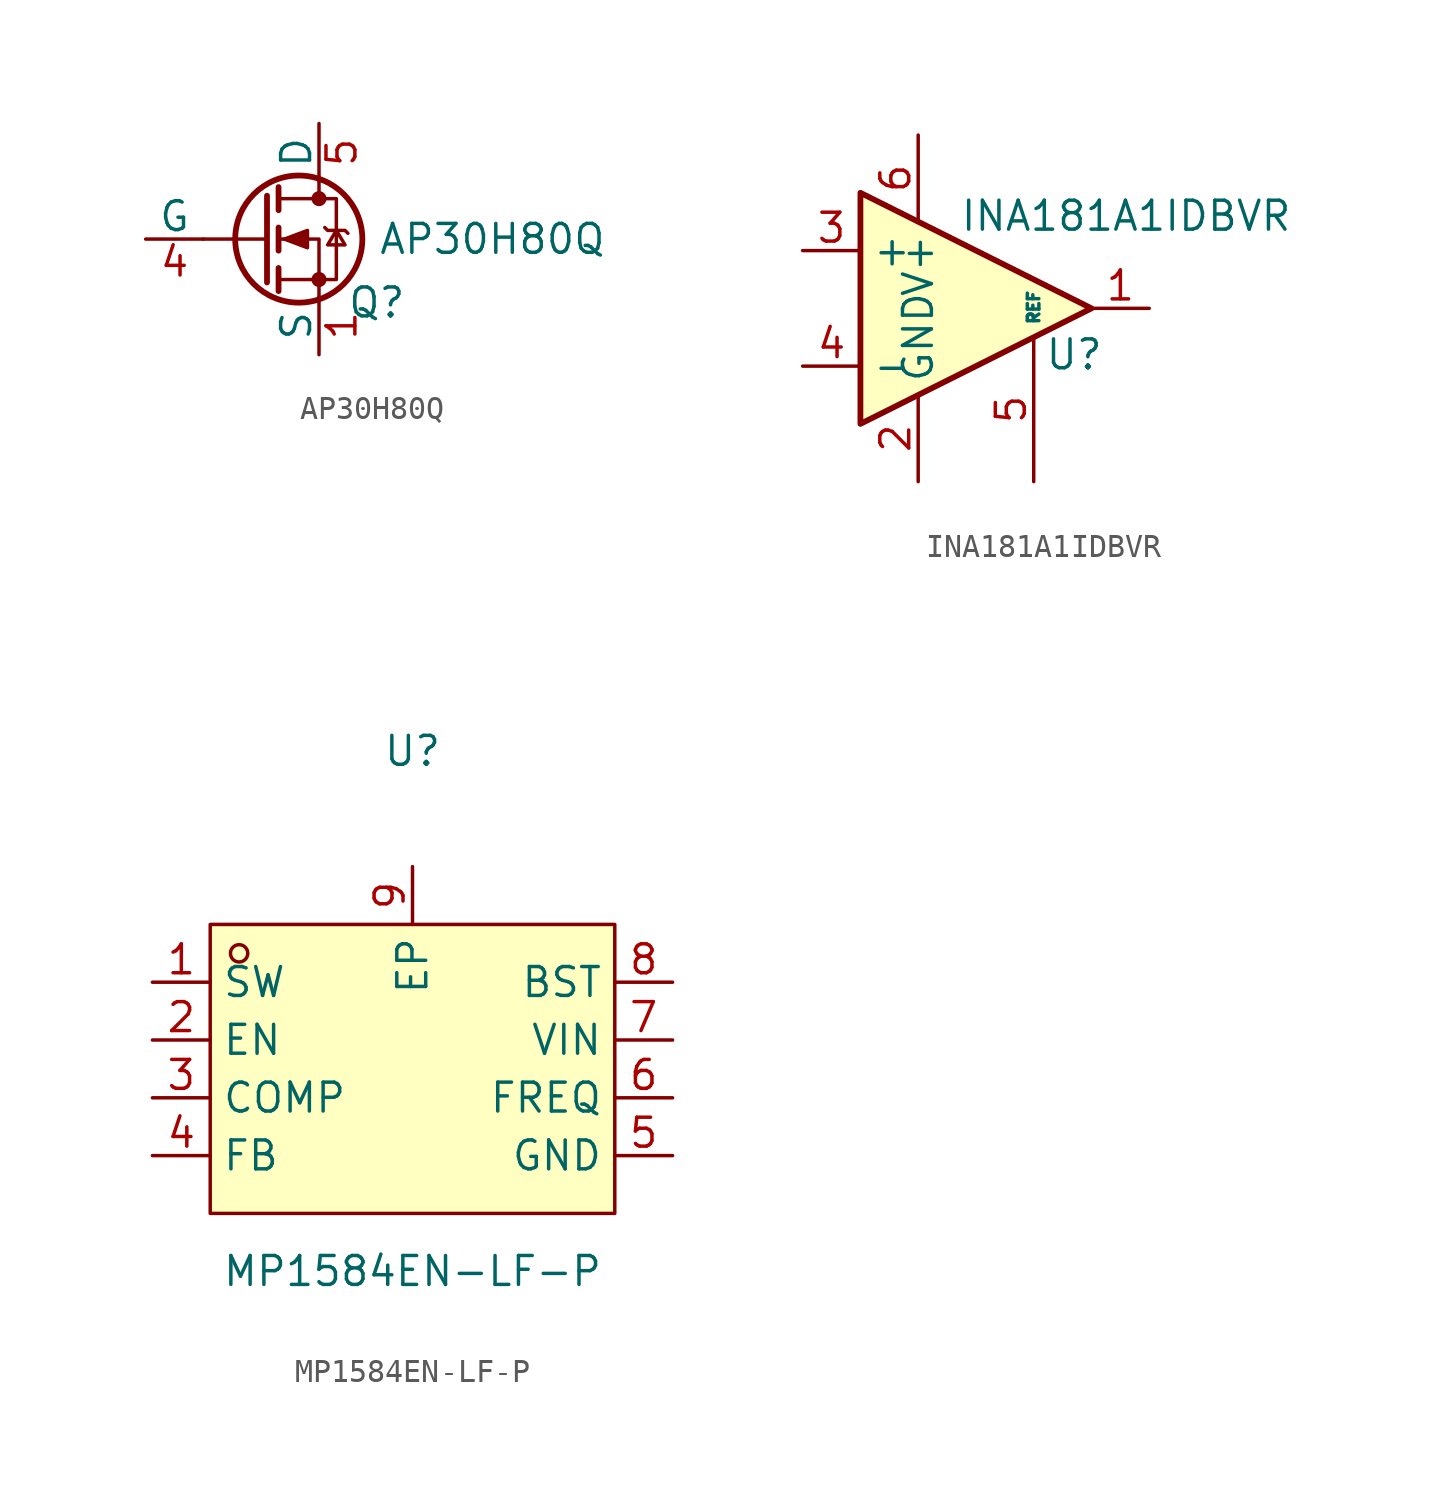
<source format=kicad_sym>
(kicad_symbol_lib
  (version 20231120)
  (generator "kicad_symbol_editor")
  (generator_version "8.0")
  (symbol "AP30H80Q"
    (pin_names
      (offset 0))
    (property "Reference" "Q"
      (at 2.54 -2.794 0)
      (effects (font (size 1.27 1.27))))
    (property "Value" "AP30H80Q"
      (at 7.62 0 0)
      (effects (font (size 1.27 1.27))))
    (symbol "AP30H80Q_0_1"
      (circle (center -0.889 0) (radius 2.794) (stroke (width 0.254) (type default)) (fill (type none)))
      (circle (center 0 -1.778) (radius 0.254) (stroke (width 0) (type default)) (fill (type outline)))
      (polyline (pts (xy -2.286 0) (xy -5.08 0)) (stroke (width 0) (type default)) (fill (type none)))
      (polyline (pts (xy -2.286 1.905) (xy -2.286 -1.905)) (stroke (width 0.254) (type default)) (fill (type none)))
      (polyline (pts (xy -1.778 -1.27) (xy -1.778 -2.286)) (stroke (width 0.254) (type default)) (fill (type none)))
      (polyline (pts (xy -1.778 0.508) (xy -1.778 -0.508)) (stroke (width 0.254) (type default)) (fill (type none)))
      (polyline (pts (xy -1.778 2.286) (xy -1.778 1.27)) (stroke (width 0.254) (type default)) (fill (type none)))
      (polyline (pts (xy 0 2.54) (xy 0 1.778)) (stroke (width 0) (type default)) (fill (type none)))
      (polyline (pts (xy 0 -2.54) (xy 0 0) (xy -1.778 0)) (stroke (width 0) (type default)) (fill (type none)))
      (polyline (pts (xy -1.778 -1.778) (xy 0.762 -1.778) (xy 0.762 1.778) (xy -1.778 1.778)) (stroke (width 0) (type default)) (fill (type none)))
      (polyline (pts (xy -1.524 0) (xy -0.508 0.381) (xy -0.508 -0.381) (xy -1.524 0)) (stroke (width 0) (type default)) (fill (type outline)))
      (polyline (pts (xy 0.254 0.508) (xy 0.381 0.381) (xy 1.143 0.381) (xy 1.27 0.254)) (stroke (width 0) (type default)) (fill (type none)))
      (polyline (pts (xy 0.762 0.381) (xy 0.381 -0.254) (xy 1.143 -0.254) (xy 0.762 0.381)) (stroke (width 0) (type default)) (fill (type none)))
      (circle (center 0 1.778) (radius 0.254) (stroke (width 0) (type default)) (fill (type outline))))
    (symbol "AP30H80Q_1_1"
      (pin passive line (at 0 -5.08 90) (length 2.54) (name "S" (effects (font (size 1.27 1.27)))) (number "1" (effects (font (size 1.27 1.27)))))
      (pin passive line (at 0 -5.08 90) (length 2.54) hide (name "S" (effects (font (size 1.27 1.27)))) (number "2" (effects (font (size 1.27 1.27)))))
      (pin passive line (at 0 -5.08 90) (length 2.54) hide (name "S" (effects (font (size 1.27 1.27)))) (number "3" (effects (font (size 1.27 1.27)))))
      (pin input line (at -7.62 0 0) (length 2.54) (name "G" (effects (font (size 1.27 1.27)))) (number "4" (effects (font (size 1.27 1.27)))))
      (pin passive line (at 0 5.08 270) (length 2.54) (name "D" (effects (font (size 1.27 1.27)))) (number "5" (effects (font (size 1.27 1.27)))))
      (pin passive line (at 0 5.08 270) (length 2.54) hide (name "D" (effects (font (size 1.27 1.27)))) (number "6" (effects (font (size 1.27 1.27)))))
      (pin passive line (at 0 5.08 270) (length 2.54) hide (name "D" (effects (font (size 1.27 1.27)))) (number "7" (effects (font (size 1.27 1.27)))))
      (pin passive line (at 0 5.08 270) (length 2.54) hide (name "D" (effects (font (size 1.27 1.27)))) (number "8" (effects (font (size 1.27 1.27)))))
      (pin passive line (at 0 5.08 270) (length 2.54) hide (name "D" (effects (font (size 1.27 1.27)))) (number "9" (effects (font (size 1.27 1.27)))))))
  (symbol "INA181A1IDBVR"
    (property "Reference" "U"
      (at 6.858 -2.032 0)
      (effects (font (size 1.27 1.27))))
    (property "Value" "INA181A1IDBVR"
      (at 9.144 4.064 0)
      (effects (font (size 1.27 1.27))))
    (symbol "INA181A1IDBVR_0_1"
      (polyline (pts (xy 7.62 0) (xy -2.54 5.08) (xy -2.54 -5.08) (xy 7.62 0)) (stroke (width 0.254) (type default)) (fill (type background))))
    (symbol "INA181A1IDBVR_1_1"
      (pin output line (at 10.16 0 180) (length 2.54) (name "~" (effects (font (size 1.27 1.27)))) (number "1" (effects (font (size 1.27 1.27)))))
      (pin power_in line (at 0 -7.62 90) (length 3.81) (name "GND" (effects (font (size 1.27 1.27)))) (number "2" (effects (font (size 1.27 1.27)))))
      (pin input line (at -5.08 2.54 0) (length 2.54) (name "+" (effects (font (size 1.27 1.27)))) (number "3" (effects (font (size 1.27 1.27)))))
      (pin input line (at -5.08 -2.54 0) (length 2.54) (name "-" (effects (font (size 1.27 1.27)))) (number "4" (effects (font (size 1.27 1.27)))))
      (pin input line (at 5.08 -7.62 90) (length 6.35) (name "REF" (effects (font (size 0.508 0.508)))) (number "5" (effects (font (size 1.27 1.27)))))
      (pin power_in line (at 0 7.62 270) (length 3.81) (name "V+" (effects (font (size 1.27 1.27)))) (number "6" (effects (font (size 1.27 1.27)))))))
  (symbol "MP1584EN-LF-P"
    (property "Reference" "U"
      (at 0 13.97 0)
      (effects (font (size 1.27 1.27))))
    (property "Value" "MP1584EN-LF-P"
      (at 0 -8.89 0)
      (effects (font (size 1.27 1.27))))
    (symbol "MP1584EN-LF-P_0_1"
      (rectangle (start -8.89 6.35) (end 8.89 -6.35) (stroke (width 0) (type default)) (fill (type background)))
      (circle (center -7.62 5.08) (radius 0.38) (stroke (width 0) (type default)) (fill (type none)))
      (pin unspecified line (at -11.43 3.81 0) (length 2.54) (name "SW" (effects (font (size 1.27 1.27)))) (number "1" (effects (font (size 1.27 1.27)))))
      (pin unspecified line (at -11.43 1.27 0) (length 2.54) (name "EN" (effects (font (size 1.27 1.27)))) (number "2" (effects (font (size 1.27 1.27)))))
      (pin unspecified line (at -11.43 -1.27 0) (length 2.54) (name "COMP" (effects (font (size 1.27 1.27)))) (number "3" (effects (font (size 1.27 1.27)))))
      (pin unspecified line (at -11.43 -3.81 0) (length 2.54) (name "FB" (effects (font (size 1.27 1.27)))) (number "4" (effects (font (size 1.27 1.27)))))
      (pin unspecified line (at 11.43 -3.81 180) (length 2.54) (name "GND" (effects (font (size 1.27 1.27)))) (number "5" (effects (font (size 1.27 1.27)))))
      (pin unspecified line (at 11.43 -1.27 180) (length 2.54) (name "FREQ" (effects (font (size 1.27 1.27)))) (number "6" (effects (font (size 1.27 1.27)))))
      (pin unspecified line (at 11.43 1.27 180) (length 2.54) (name "VIN" (effects (font (size 1.27 1.27)))) (number "7" (effects (font (size 1.27 1.27)))))
      (pin unspecified line (at 11.43 3.81 180) (length 2.54) (name "BST" (effects (font (size 1.27 1.27)))) (number "8" (effects (font (size 1.27 1.27)))))
      (pin unspecified line (at 0 8.89 270) (length 2.54) (name "EP" (effects (font (size 1.27 1.27)))) (number "9" (effects (font (size 1.27 1.27))))))))
</source>
